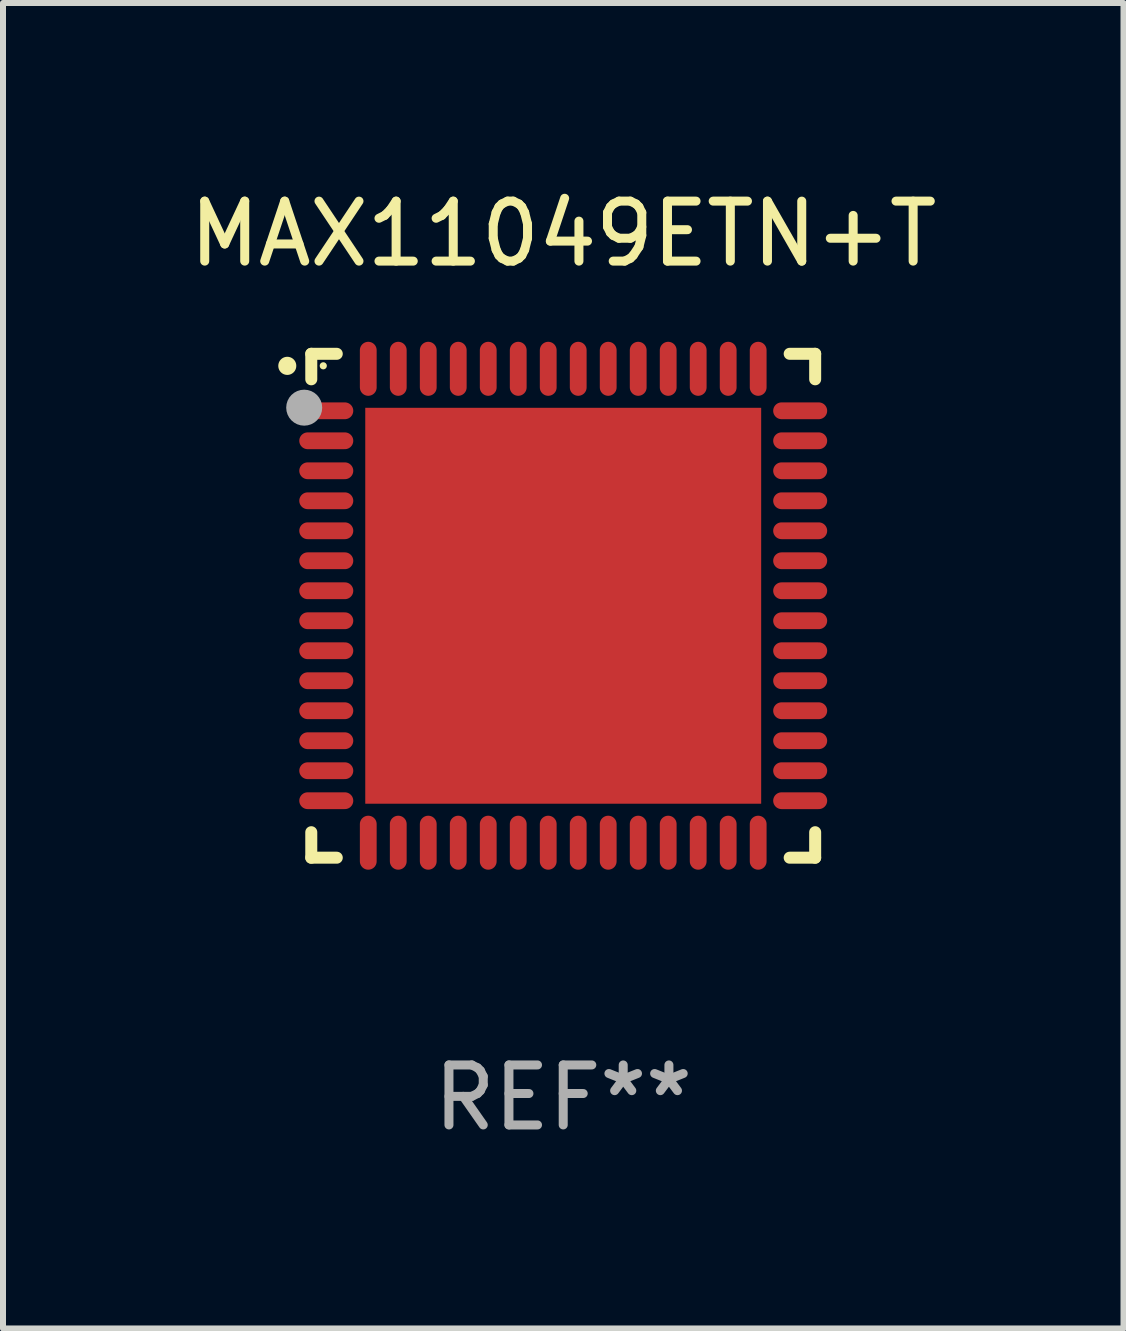
<source format=kicad_pcb>
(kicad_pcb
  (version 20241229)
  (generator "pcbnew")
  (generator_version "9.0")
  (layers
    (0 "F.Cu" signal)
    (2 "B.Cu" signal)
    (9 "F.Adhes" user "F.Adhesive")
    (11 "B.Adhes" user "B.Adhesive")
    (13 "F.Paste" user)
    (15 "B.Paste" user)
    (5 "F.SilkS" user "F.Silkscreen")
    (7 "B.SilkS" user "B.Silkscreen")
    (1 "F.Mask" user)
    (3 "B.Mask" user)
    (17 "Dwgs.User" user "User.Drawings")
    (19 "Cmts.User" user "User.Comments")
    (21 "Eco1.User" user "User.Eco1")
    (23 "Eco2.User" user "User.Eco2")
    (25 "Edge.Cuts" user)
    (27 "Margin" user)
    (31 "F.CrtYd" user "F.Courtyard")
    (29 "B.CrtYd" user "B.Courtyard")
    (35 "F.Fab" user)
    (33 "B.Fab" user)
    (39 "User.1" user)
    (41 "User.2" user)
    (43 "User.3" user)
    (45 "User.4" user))
  (footprint "MAX11049ETN+T"
    (layer "F.Cu")
    (at 6.339 7.048)
    (property "Reference" "MAX11049ETN+T" (at 0 -6.2 0) (layer "F.SilkS") (effects (font (size 1 1) (thickness 0.15))))
    (attr through_hole)
    (fp_line (start -4.2 -4.2) (end -3.775 -4.2) (stroke (width 0.2) (type solid)) (layer "F.SilkS"))
    (fp_line (start -4.2 -3.775) (end -4.2 -4.2) (stroke (width 0.2) (type solid)) (layer "F.SilkS"))
    (fp_line (start -4.2 3.775) (end -4.2 4.2) (stroke (width 0.2) (type solid)) (layer "F.SilkS"))
    (fp_line (start -4.2 4.2) (end -3.775 4.2) (stroke (width 0.2) (type solid)) (layer "F.SilkS"))
    (fp_line (start 3.775 4.2) (end 4.2 4.2) (stroke (width 0.2) (type solid)) (layer "F.SilkS"))
    (fp_line (start 4.2 -4.2) (end 3.775 -4.2) (stroke (width 0.2) (type solid)) (layer "F.SilkS"))
    (fp_line (start 4.2 -3.775) (end 4.2 -4.2) (stroke (width 0.2) (type solid)) (layer "F.SilkS"))
    (fp_line (start 4.2 4.2) (end 4.2 3.775) (stroke (width 0.2) (type solid)) (layer "F.SilkS"))
    (fp_arc (start -4.599949 -3.997968) (mid -4.599954 -3.999238) (end -4.599949 -4.000508) (stroke (width 0.3) (type solid)) (layer "F.SilkS"))
    (fp_circle (center -4 -4) (end -3.97 -4) (stroke (width 0.06) (type solid)) (fill no) (layer "F.SilkS"))
    (fp_circle (center -4.318 -3.302) (end -4.168 -3.302) (stroke (width 0.3) (type solid)) (fill no) (layer "F.Fab"))
    (fp_text user "REF**" (at 0 8.2 0) (layer "F.Fab") (effects (font (size 1 1) (thickness 0.15))))
    (pad "1" smd oval (at -3.95 -3.25 90) (size 0.28 0.9) (layers "F.Cu" "F.Mask" "F.Paste"))
    (pad "2" smd oval (at -3.95 -2.75 90) (size 0.28 0.9) (layers "F.Cu" "F.Mask" "F.Paste"))
    (pad "3" smd oval (at -3.95 -2.25 90) (size 0.28 0.9) (layers "F.Cu" "F.Mask" "F.Paste"))
    (pad "4" smd oval (at -3.95 -1.75 90) (size 0.28 0.9) (layers "F.Cu" "F.Mask" "F.Paste"))
    (pad "5" smd oval (at -3.95 -1.25 90) (size 0.28 0.9) (layers "F.Cu" "F.Mask" "F.Paste"))
    (pad "6" smd oval (at -3.95 -0.75 90) (size 0.28 0.9) (layers "F.Cu" "F.Mask" "F.Paste"))
    (pad "7" smd oval (at -3.95 -0.25 90) (size 0.28 0.9) (layers "F.Cu" "F.Mask" "F.Paste"))
    (pad "8" smd oval (at -3.95 0.25 90) (size 0.28 0.9) (layers "F.Cu" "F.Mask" "F.Paste"))
    (pad "9" smd oval (at -3.95 0.75 90) (size 0.28 0.9) (layers "F.Cu" "F.Mask" "F.Paste"))
    (pad "10" smd oval (at -3.95 1.25 90) (size 0.28 0.9) (layers "F.Cu" "F.Mask" "F.Paste"))
    (pad "11" smd oval (at -3.95 1.75 90) (size 0.28 0.9) (layers "F.Cu" "F.Mask" "F.Paste"))
    (pad "12" smd oval (at -3.95 2.25 90) (size 0.28 0.9) (layers "F.Cu" "F.Mask" "F.Paste"))
    (pad "13" smd oval (at -3.95 2.75 90) (size 0.28 0.9) (layers "F.Cu" "F.Mask" "F.Paste"))
    (pad "14" smd oval (at -3.95 3.25 90) (size 0.28 0.9) (layers "F.Cu" "F.Mask" "F.Paste"))
    (pad "15" smd oval (at -3.25 3.95) (size 0.28 0.9) (layers "F.Cu" "F.Mask" "F.Paste"))
    (pad "16" smd oval (at -2.75 3.95) (size 0.28 0.9) (layers "F.Cu" "F.Mask" "F.Paste"))
    (pad "17" smd oval (at -2.25 3.95) (size 0.28 0.9) (layers "F.Cu" "F.Mask" "F.Paste"))
    (pad "18" smd oval (at -1.75 3.95) (size 0.28 0.9) (layers "F.Cu" "F.Mask" "F.Paste"))
    (pad "19" smd oval (at -1.25 3.95) (size 0.28 0.9) (layers "F.Cu" "F.Mask" "F.Paste"))
    (pad "20" smd oval (at -0.75 3.95) (size 0.28 0.9) (layers "F.Cu" "F.Mask" "F.Paste"))
    (pad "21" smd oval (at -0.25 3.95) (size 0.28 0.9) (layers "F.Cu" "F.Mask" "F.Paste"))
    (pad "22" smd oval (at 0.25 3.95) (size 0.28 0.9) (layers "F.Cu" "F.Mask" "F.Paste"))
    (pad "23" smd oval (at 0.75 3.95) (size 0.28 0.9) (layers "F.Cu" "F.Mask" "F.Paste"))
    (pad "24" smd oval (at 1.25 3.95) (size 0.28 0.9) (layers "F.Cu" "F.Mask" "F.Paste"))
    (pad "25" smd oval (at 1.75 3.95) (size 0.28 0.9) (layers "F.Cu" "F.Mask" "F.Paste"))
    (pad "26" smd oval (at 2.25 3.95) (size 0.28 0.9) (layers "F.Cu" "F.Mask" "F.Paste"))
    (pad "27" smd oval (at 2.75 3.95) (size 0.28 0.9) (layers "F.Cu" "F.Mask" "F.Paste"))
    (pad "28" smd oval (at 3.25 3.95) (size 0.28 0.9) (layers "F.Cu" "F.Mask" "F.Paste"))
    (pad "29" smd oval (at 3.95 3.25 90) (size 0.28 0.9) (layers "F.Cu" "F.Mask" "F.Paste"))
    (pad "30" smd oval (at 3.95 2.75 90) (size 0.28 0.9) (layers "F.Cu" "F.Mask" "F.Paste"))
    (pad "31" smd oval (at 3.95 2.25 90) (size 0.28 0.9) (layers "F.Cu" "F.Mask" "F.Paste"))
    (pad "32" smd oval (at 3.95 1.75 90) (size 0.28 0.9) (layers "F.Cu" "F.Mask" "F.Paste"))
    (pad "33" smd oval (at 3.95 1.25 90) (size 0.28 0.9) (layers "F.Cu" "F.Mask" "F.Paste"))
    (pad "34" smd oval (at 3.95 0.75 90) (size 0.28 0.9) (layers "F.Cu" "F.Mask" "F.Paste"))
    (pad "35" smd oval (at 3.95 0.25 90) (size 0.28 0.9) (layers "F.Cu" "F.Mask" "F.Paste"))
    (pad "36" smd oval (at 3.95 -0.25 90) (size 0.28 0.9) (layers "F.Cu" "F.Mask" "F.Paste"))
    (pad "37" smd oval (at 3.95 -0.75 90) (size 0.28 0.9) (layers "F.Cu" "F.Mask" "F.Paste"))
    (pad "38" smd oval (at 3.95 -1.25 90) (size 0.28 0.9) (layers "F.Cu" "F.Mask" "F.Paste"))
    (pad "39" smd oval (at 3.95 -1.75 90) (size 0.28 0.9) (layers "F.Cu" "F.Mask" "F.Paste"))
    (pad "40" smd oval (at 3.95 -2.25 90) (size 0.28 0.9) (layers "F.Cu" "F.Mask" "F.Paste"))
    (pad "41" smd oval (at 3.95 -2.75 90) (size 0.28 0.9) (layers "F.Cu" "F.Mask" "F.Paste"))
    (pad "42" smd oval (at 3.95 -3.25 90) (size 0.28 0.9) (layers "F.Cu" "F.Mask" "F.Paste"))
    (pad "43" smd oval (at 3.25 -3.95) (size 0.28 0.9) (layers "F.Cu" "F.Mask" "F.Paste"))
    (pad "44" smd oval (at 2.75 -3.95) (size 0.28 0.9) (layers "F.Cu" "F.Mask" "F.Paste"))
    (pad "45" smd oval (at 2.25 -3.95) (size 0.28 0.9) (layers "F.Cu" "F.Mask" "F.Paste"))
    (pad "46" smd oval (at 1.75 -3.95) (size 0.28 0.9) (layers "F.Cu" "F.Mask" "F.Paste"))
    (pad "47" smd oval (at 1.25 -3.95) (size 0.28 0.9) (layers "F.Cu" "F.Mask" "F.Paste"))
    (pad "48" smd oval (at 0.75 -3.95) (size 0.28 0.9) (layers "F.Cu" "F.Mask" "F.Paste"))
    (pad "49" smd oval (at 0.25 -3.95) (size 0.28 0.9) (layers "F.Cu" "F.Mask" "F.Paste"))
    (pad "50" smd oval (at -0.25 -3.95) (size 0.28 0.9) (layers "F.Cu" "F.Mask" "F.Paste"))
    (pad "51" smd oval (at -0.75 -3.95) (size 0.28 0.9) (layers "F.Cu" "F.Mask" "F.Paste"))
    (pad "52" smd oval (at -1.25 -3.95) (size 0.28 0.9) (layers "F.Cu" "F.Mask" "F.Paste"))
    (pad "53" smd oval (at -1.75 -3.95) (size 0.28 0.9) (layers "F.Cu" "F.Mask" "F.Paste"))
    (pad "54" smd oval (at -2.25 -3.95) (size 0.28 0.9) (layers "F.Cu" "F.Mask" "F.Paste"))
    (pad "55" smd oval (at -2.75 -3.95) (size 0.28 0.9) (layers "F.Cu" "F.Mask" "F.Paste"))
    (pad "56" smd oval (at -3.25 -3.95) (size 0.28 0.9) (layers "F.Cu" "F.Mask" "F.Paste"))
    (pad "57" smd rect (at 0 0.000051) (size 6.6 6.6) (layers "F.Cu" "F.Mask" "F.Paste")))
  (gr_rect
    (start -3 -3)
    (end 15.679 19.096)
    (stroke (width 0.1) (type default))
    (fill no)
    (layer "Edge.Cuts")))
</source>
